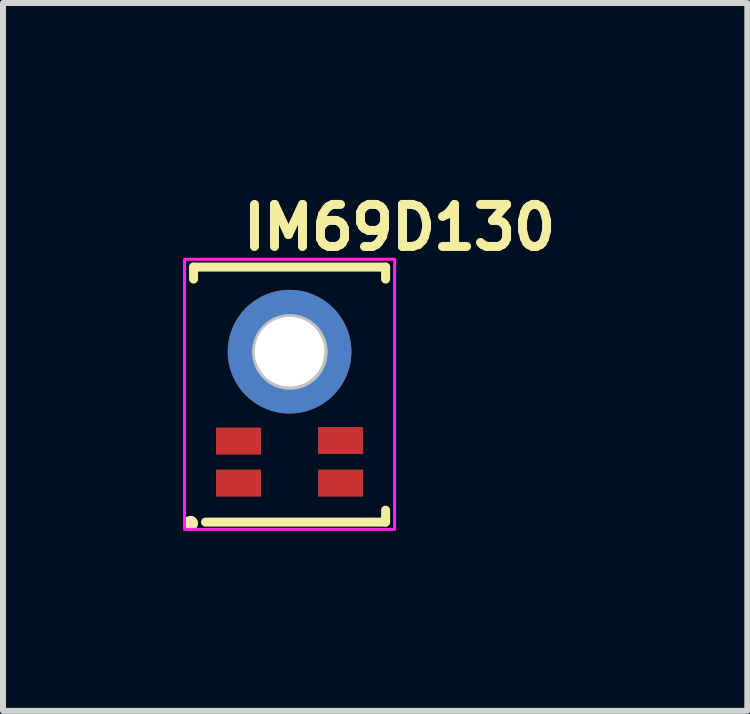
<source format=kicad_pcb>
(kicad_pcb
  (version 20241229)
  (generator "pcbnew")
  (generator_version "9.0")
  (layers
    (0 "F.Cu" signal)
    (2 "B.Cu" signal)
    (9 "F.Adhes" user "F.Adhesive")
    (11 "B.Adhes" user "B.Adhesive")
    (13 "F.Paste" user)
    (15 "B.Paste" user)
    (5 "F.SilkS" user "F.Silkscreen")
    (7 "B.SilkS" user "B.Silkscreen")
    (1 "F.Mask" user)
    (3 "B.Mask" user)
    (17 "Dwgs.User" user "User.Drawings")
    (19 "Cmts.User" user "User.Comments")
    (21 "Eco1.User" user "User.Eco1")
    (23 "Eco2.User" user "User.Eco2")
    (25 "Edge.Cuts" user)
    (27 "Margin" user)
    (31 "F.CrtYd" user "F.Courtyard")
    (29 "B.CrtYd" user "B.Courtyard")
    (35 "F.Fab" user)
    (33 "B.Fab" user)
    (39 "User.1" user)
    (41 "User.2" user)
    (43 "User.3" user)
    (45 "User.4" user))
  (footprint "IM69D130"
    (layer "F.Cu")
    (at 1.775 3.52)
    (property "Reference" "IM69D130" (at -0.85 -2.37 0) (layer "F.SilkS") (effects (font (size 0.7 0.7) (thickness 0.15)) (justify left bottom)))
    (attr smd)
    (fp_line (start -1.6 -2.12) (end 1.6 -2.12) (stroke (width 0.15) (type solid)) (layer "F.SilkS"))
    (fp_line (start -1.6 -1.92) (end -1.6 -2.12) (stroke (width 0.15) (type solid)) (layer "F.SilkS"))
    (fp_line (start 1.6 -2.12) (end 1.6 -1.92) (stroke (width 0.15) (type solid)) (layer "F.SilkS"))
    (fp_line (start 1.6 1.93) (end 1.6 2.13) (stroke (width 0.15) (type solid)) (layer "F.SilkS"))
    (fp_line (start 1.6 2.13) (end -1.4 2.13) (stroke (width 0.15) (type solid)) (layer "F.SilkS"))
    (fp_circle (center -1.65 2.15) (end -1.6 2.15) (stroke (width 0.15) (type solid)) (fill yes) (layer "F.SilkS"))
    (fp_circle (center 0.005 -0.706) (end 0.005 -1.286) (stroke (width 0.1) (type solid)) (fill no) (layer "Dwgs.User"))
    (fp_circle (center 0.005 -0.706) (end 0.005 -1.106) (stroke (width 0.1) (type solid)) (fill no) (layer "Dwgs.User"))
    (fp_rect (start -1.75 -2.25) (end 1.75 2.25) (stroke (width 0.05) (type solid)) (fill no) (layer "F.CrtYd"))
    (fp_rect (start -1.5 -2) (end 1.5 2) (stroke (width 0.1) (type solid)) (fill no) (layer "User.5"))
    (fp_line (start -1.5 -2) (end -1.5 2) (stroke (width 0.02) (type solid)) (layer "User.9"))
    (fp_line (start -1.5 2) (end 1.5 2) (stroke (width 0.02) (type solid)) (layer "User.9"))
    (fp_line (start -1.2 -1.462) (end -1.199 -1.475) (stroke (width 0.02) (type solid)) (layer "User.9"))
    (fp_line (start -1.2 -1.462) (end -1.199 -1.475) (stroke (width 0.02) (type solid)) (layer "User.9"))
    (fp_line (start -1.2 -1.45) (end -1.2 -1.462) (stroke (width 0.02) (type solid)) (layer "User.9"))
    (fp_line (start -1.2 -1.45) (end -1.2 -1.462) (stroke (width 0.02) (type solid)) (layer "User.9"))
    (fp_line (start -1.2 -1.45) (end -1.2 1.45) (stroke (width 0.02) (type solid)) (layer "User.9"))
    (fp_line (start -1.2 -1.45) (end -0.95 -1.45) (stroke (width 0.02) (type solid)) (layer "User.9"))
    (fp_line (start -1.2 1.462) (end -1.2 1.45) (stroke (width 0.02) (type solid)) (layer "User.9"))
    (fp_line (start -1.2 1.462) (end -1.2 1.45) (stroke (width 0.02) (type solid)) (layer "User.9"))
    (fp_line (start -1.199 -1.475) (end -1.197 -1.487) (stroke (width 0.02) (type solid)) (layer "User.9"))
    (fp_line (start -1.199 -1.475) (end -1.197 -1.487) (stroke (width 0.02) (type solid)) (layer "User.9"))
    (fp_line (start -1.199 1.475) (end -1.2 1.462) (stroke (width 0.02) (type solid)) (layer "User.9"))
    (fp_line (start -1.199 1.475) (end -1.2 1.462) (stroke (width 0.02) (type solid)) (layer "User.9"))
    (fp_line (start -1.197 -1.487) (end -1.195 -1.499) (stroke (width 0.02) (type solid)) (layer "User.9"))
    (fp_line (start -1.197 -1.487) (end -1.195 -1.499) (stroke (width 0.02) (type solid)) (layer "User.9"))
    (fp_line (start -1.197 1.487) (end -1.199 1.475) (stroke (width 0.02) (type solid)) (layer "User.9"))
    (fp_line (start -1.197 1.487) (end -1.199 1.475) (stroke (width 0.02) (type solid)) (layer "User.9"))
    (fp_line (start -1.195 -1.499) (end -1.192 -1.511) (stroke (width 0.02) (type solid)) (layer "User.9"))
    (fp_line (start -1.195 -1.499) (end -1.192 -1.511) (stroke (width 0.02) (type solid)) (layer "User.9"))
    (fp_line (start -1.195 1.499) (end -1.197 1.487) (stroke (width 0.02) (type solid)) (layer "User.9"))
    (fp_line (start -1.195 1.499) (end -1.197 1.487) (stroke (width 0.02) (type solid)) (layer "User.9"))
    (fp_line (start -1.192 -1.511) (end -1.189 -1.523) (stroke (width 0.02) (type solid)) (layer "User.9"))
    (fp_line (start -1.192 -1.511) (end -1.189 -1.523) (stroke (width 0.02) (type solid)) (layer "User.9"))
    (fp_line (start -1.192 1.511) (end -1.195 1.499) (stroke (width 0.02) (type solid)) (layer "User.9"))
    (fp_line (start -1.192 1.511) (end -1.195 1.499) (stroke (width 0.02) (type solid)) (layer "User.9"))
    (fp_line (start -1.189 -1.523) (end -1.185 -1.534) (stroke (width 0.02) (type solid)) (layer "User.9"))
    (fp_line (start -1.189 -1.523) (end -1.185 -1.534) (stroke (width 0.02) (type solid)) (layer "User.9"))
    (fp_line (start -1.189 1.523) (end -1.192 1.511) (stroke (width 0.02) (type solid)) (layer "User.9"))
    (fp_line (start -1.189 1.523) (end -1.192 1.511) (stroke (width 0.02) (type solid)) (layer "User.9"))
    (fp_line (start -1.185 -1.534) (end -1.181 -1.546) (stroke (width 0.02) (type solid)) (layer "User.9"))
    (fp_line (start -1.185 -1.534) (end -1.181 -1.546) (stroke (width 0.02) (type solid)) (layer "User.9"))
    (fp_line (start -1.185 1.534) (end -1.189 1.523) (stroke (width 0.02) (type solid)) (layer "User.9"))
    (fp_line (start -1.185 1.534) (end -1.189 1.523) (stroke (width 0.02) (type solid)) (layer "User.9"))
    (fp_line (start -1.181 -1.546) (end -1.176 -1.557) (stroke (width 0.02) (type solid)) (layer "User.9"))
    (fp_line (start -1.181 -1.546) (end -1.176 -1.557) (stroke (width 0.02) (type solid)) (layer "User.9"))
    (fp_line (start -1.181 1.546) (end -1.185 1.534) (stroke (width 0.02) (type solid)) (layer "User.9"))
    (fp_line (start -1.181 1.546) (end -1.185 1.534) (stroke (width 0.02) (type solid)) (layer "User.9"))
    (fp_line (start -1.176 -1.557) (end -1.171 -1.568) (stroke (width 0.02) (type solid)) (layer "User.9"))
    (fp_line (start -1.176 -1.557) (end -1.171 -1.568) (stroke (width 0.02) (type solid)) (layer "User.9"))
    (fp_line (start -1.176 1.557) (end -1.181 1.546) (stroke (width 0.02) (type solid)) (layer "User.9"))
    (fp_line (start -1.176 1.557) (end -1.181 1.546) (stroke (width 0.02) (type solid)) (layer "User.9"))
    (fp_line (start -1.171 -1.568) (end -1.165 -1.578) (stroke (width 0.02) (type solid)) (layer "User.9"))
    (fp_line (start -1.171 -1.568) (end -1.165 -1.578) (stroke (width 0.02) (type solid)) (layer "User.9"))
    (fp_line (start -1.171 1.568) (end -1.176 1.557) (stroke (width 0.02) (type solid)) (layer "User.9"))
    (fp_line (start -1.171 1.568) (end -1.176 1.557) (stroke (width 0.02) (type solid)) (layer "User.9"))
    (fp_line (start -1.165 -1.578) (end -1.158 -1.589) (stroke (width 0.02) (type solid)) (layer "User.9"))
    (fp_line (start -1.165 -1.578) (end -1.158 -1.589) (stroke (width 0.02) (type solid)) (layer "User.9"))
    (fp_line (start -1.165 1.578) (end -1.171 1.568) (stroke (width 0.02) (type solid)) (layer "User.9"))
    (fp_line (start -1.165 1.578) (end -1.171 1.568) (stroke (width 0.02) (type solid)) (layer "User.9"))
    (fp_line (start -1.158 -1.589) (end -1.151 -1.599) (stroke (width 0.02) (type solid)) (layer "User.9"))
    (fp_line (start -1.158 -1.589) (end -1.151 -1.599) (stroke (width 0.02) (type solid)) (layer "User.9"))
    (fp_line (start -1.158 1.589) (end -1.165 1.578) (stroke (width 0.02) (type solid)) (layer "User.9"))
    (fp_line (start -1.158 1.589) (end -1.165 1.578) (stroke (width 0.02) (type solid)) (layer "User.9"))
    (fp_line (start -1.151 -1.599) (end -1.143 -1.608) (stroke (width 0.02) (type solid)) (layer "User.9"))
    (fp_line (start -1.151 -1.599) (end -1.143 -1.608) (stroke (width 0.02) (type solid)) (layer "User.9"))
    (fp_line (start -1.151 1.599) (end -1.158 1.589) (stroke (width 0.02) (type solid)) (layer "User.9"))
    (fp_line (start -1.151 1.599) (end -1.158 1.589) (stroke (width 0.02) (type solid)) (layer "User.9"))
    (fp_line (start -1.143 -1.608) (end -1.135 -1.618) (stroke (width 0.02) (type solid)) (layer "User.9"))
    (fp_line (start -1.143 -1.608) (end -1.135 -1.618) (stroke (width 0.02) (type solid)) (layer "User.9"))
    (fp_line (start -1.143 1.608) (end -1.151 1.599) (stroke (width 0.02) (type solid)) (layer "User.9"))
    (fp_line (start -1.143 1.608) (end -1.151 1.599) (stroke (width 0.02) (type solid)) (layer "User.9"))
    (fp_line (start -1.135 -1.618) (end -1.127 -1.627) (stroke (width 0.02) (type solid)) (layer "User.9"))
    (fp_line (start -1.135 -1.618) (end -1.127 -1.627) (stroke (width 0.02) (type solid)) (layer "User.9"))
    (fp_line (start -1.135 1.618) (end -1.143 1.608) (stroke (width 0.02) (type solid)) (layer "User.9"))
    (fp_line (start -1.135 1.618) (end -1.143 1.608) (stroke (width 0.02) (type solid)) (layer "User.9"))
    (fp_line (start -1.127 -1.627) (end -1.118 -1.635) (stroke (width 0.02) (type solid)) (layer "User.9"))
    (fp_line (start -1.127 -1.627) (end -1.118 -1.635) (stroke (width 0.02) (type solid)) (layer "User.9"))
    (fp_line (start -1.127 1.627) (end -1.135 1.618) (stroke (width 0.02) (type solid)) (layer "User.9"))
    (fp_line (start -1.127 1.627) (end -1.135 1.618) (stroke (width 0.02) (type solid)) (layer "User.9"))
    (fp_line (start -1.118 -1.635) (end -1.108 -1.643) (stroke (width 0.02) (type solid)) (layer "User.9"))
    (fp_line (start -1.118 -1.635) (end -1.108 -1.643) (stroke (width 0.02) (type solid)) (layer "User.9"))
    (fp_line (start -1.118 1.635) (end -1.127 1.627) (stroke (width 0.02) (type solid)) (layer "User.9"))
    (fp_line (start -1.118 1.635) (end -1.127 1.627) (stroke (width 0.02) (type solid)) (layer "User.9"))
    (fp_line (start -1.108 -1.643) (end -1.099 -1.651) (stroke (width 0.02) (type solid)) (layer "User.9"))
    (fp_line (start -1.108 -1.643) (end -1.099 -1.651) (stroke (width 0.02) (type solid)) (layer "User.9"))
    (fp_line (start -1.108 1.643) (end -1.118 1.635) (stroke (width 0.02) (type solid)) (layer "User.9"))
    (fp_line (start -1.108 1.643) (end -1.118 1.635) (stroke (width 0.02) (type solid)) (layer "User.9"))
    (fp_line (start -1.099 -1.651) (end -1.089 -1.658) (stroke (width 0.02) (type solid)) (layer "User.9"))
    (fp_line (start -1.099 -1.651) (end -1.089 -1.658) (stroke (width 0.02) (type solid)) (layer "User.9"))
    (fp_line (start -1.099 1.651) (end -1.108 1.643) (stroke (width 0.02) (type solid)) (layer "User.9"))
    (fp_line (start -1.099 1.651) (end -1.108 1.643) (stroke (width 0.02) (type solid)) (layer "User.9"))
    (fp_line (start -1.089 -1.658) (end -1.078 -1.665) (stroke (width 0.02) (type solid)) (layer "User.9"))
    (fp_line (start -1.089 -1.658) (end -1.078 -1.665) (stroke (width 0.02) (type solid)) (layer "User.9"))
    (fp_line (start -1.089 1.658) (end -1.099 1.651) (stroke (width 0.02) (type solid)) (layer "User.9"))
    (fp_line (start -1.089 1.658) (end -1.099 1.651) (stroke (width 0.02) (type solid)) (layer "User.9"))
    (fp_line (start -1.078 -1.665) (end -1.068 -1.671) (stroke (width 0.02) (type solid)) (layer "User.9"))
    (fp_line (start -1.078 -1.665) (end -1.068 -1.671) (stroke (width 0.02) (type solid)) (layer "User.9"))
    (fp_line (start -1.078 1.665) (end -1.089 1.658) (stroke (width 0.02) (type solid)) (layer "User.9"))
    (fp_line (start -1.078 1.665) (end -1.089 1.658) (stroke (width 0.02) (type solid)) (layer "User.9"))
    (fp_line (start -1.068 -1.671) (end -1.057 -1.676) (stroke (width 0.02) (type solid)) (layer "User.9"))
    (fp_line (start -1.068 -1.671) (end -1.057 -1.676) (stroke (width 0.02) (type solid)) (layer "User.9"))
    (fp_line (start -1.068 1.671) (end -1.078 1.665) (stroke (width 0.02) (type solid)) (layer "User.9"))
    (fp_line (start -1.068 1.671) (end -1.078 1.665) (stroke (width 0.02) (type solid)) (layer "User.9"))
    (fp_line (start -1.057 -1.676) (end -1.046 -1.681) (stroke (width 0.02) (type solid)) (layer "User.9"))
    (fp_line (start -1.057 -1.676) (end -1.046 -1.681) (stroke (width 0.02) (type solid)) (layer "User.9"))
    (fp_line (start -1.057 1.676) (end -1.068 1.671) (stroke (width 0.02) (type solid)) (layer "User.9"))
    (fp_line (start -1.057 1.676) (end -1.068 1.671) (stroke (width 0.02) (type solid)) (layer "User.9"))
    (fp_line (start -1.046 -1.681) (end -1.034 -1.685) (stroke (width 0.02) (type solid)) (layer "User.9"))
    (fp_line (start -1.046 -1.681) (end -1.034 -1.685) (stroke (width 0.02) (type solid)) (layer "User.9"))
    (fp_line (start -1.046 1.681) (end -1.057 1.676) (stroke (width 0.02) (type solid)) (layer "User.9"))
    (fp_line (start -1.046 1.681) (end -1.057 1.676) (stroke (width 0.02) (type solid)) (layer "User.9"))
    (fp_line (start -1.034 -1.685) (end -1.023 -1.689) (stroke (width 0.02) (type solid)) (layer "User.9"))
    (fp_line (start -1.034 -1.685) (end -1.023 -1.689) (stroke (width 0.02) (type solid)) (layer "User.9"))
    (fp_line (start -1.034 1.685) (end -1.046 1.681) (stroke (width 0.02) (type solid)) (layer "User.9"))
    (fp_line (start -1.034 1.685) (end -1.046 1.681) (stroke (width 0.02) (type solid)) (layer "User.9"))
    (fp_line (start -1.023 -1.689) (end -1.011 -1.692) (stroke (width 0.02) (type solid)) (layer "User.9"))
    (fp_line (start -1.023 -1.689) (end -1.011 -1.692) (stroke (width 0.02) (type solid)) (layer "User.9"))
    (fp_line (start -1.023 1.689) (end -1.034 1.685) (stroke (width 0.02) (type solid)) (layer "User.9"))
    (fp_line (start -1.023 1.689) (end -1.034 1.685) (stroke (width 0.02) (type solid)) (layer "User.9"))
    (fp_line (start -1.011 -1.692) (end -0.999 -1.695) (stroke (width 0.02) (type solid)) (layer "User.9"))
    (fp_line (start -1.011 -1.692) (end -0.999 -1.695) (stroke (width 0.02) (type solid)) (layer "User.9"))
    (fp_line (start -1.011 1.692) (end -1.023 1.689) (stroke (width 0.02) (type solid)) (layer "User.9"))
    (fp_line (start -1.011 1.692) (end -1.023 1.689) (stroke (width 0.02) (type solid)) (layer "User.9"))
    (fp_line (start -0.999 -1.695) (end -0.987 -1.697) (stroke (width 0.02) (type solid)) (layer "User.9"))
    (fp_line (start -0.999 -1.695) (end -0.987 -1.697) (stroke (width 0.02) (type solid)) (layer "User.9"))
    (fp_line (start -0.999 1.695) (end -1.011 1.692) (stroke (width 0.02) (type solid)) (layer "User.9"))
    (fp_line (start -0.999 1.695) (end -1.011 1.692) (stroke (width 0.02) (type solid)) (layer "User.9"))
    (fp_line (start -0.987 -1.697) (end -0.975 -1.699) (stroke (width 0.02) (type solid)) (layer "User.9"))
    (fp_line (start -0.987 -1.697) (end -0.975 -1.699) (stroke (width 0.02) (type solid)) (layer "User.9"))
    (fp_line (start -0.987 1.697) (end -0.999 1.695) (stroke (width 0.02) (type solid)) (layer "User.9"))
    (fp_line (start -0.987 1.697) (end -0.999 1.695) (stroke (width 0.02) (type solid)) (layer "User.9"))
    (fp_line (start -0.975 -1.699) (end -0.962 -1.7) (stroke (width 0.02) (type solid)) (layer "User.9"))
    (fp_line (start -0.975 -1.699) (end -0.962 -1.7) (stroke (width 0.02) (type solid)) (layer "User.9"))
    (fp_line (start -0.975 1.699) (end -0.987 1.697) (stroke (width 0.02) (type solid)) (layer "User.9"))
    (fp_line (start -0.975 1.699) (end -0.987 1.697) (stroke (width 0.02) (type solid)) (layer "User.9"))
    (fp_line (start -0.962 -1.7) (end -0.95 -1.7) (stroke (width 0.02) (type solid)) (layer "User.9"))
    (fp_line (start -0.962 -1.7) (end -0.95 -1.7) (stroke (width 0.02) (type solid)) (layer "User.9"))
    (fp_line (start -0.962 1.7) (end -0.975 1.699) (stroke (width 0.02) (type solid)) (layer "User.9"))
    (fp_line (start -0.962 1.7) (end -0.975 1.699) (stroke (width 0.02) (type solid)) (layer "User.9"))
    (fp_line (start -0.95 -1.45) (end -0.95 -1.7) (stroke (width 0.02) (type solid)) (layer "User.9"))
    (fp_line (start -0.95 1.45) (end -1.2 1.45) (stroke (width 0.02) (type solid)) (layer "User.9"))
    (fp_line (start -0.95 1.7) (end -0.962 1.7) (stroke (width 0.02) (type solid)) (layer "User.9"))
    (fp_line (start -0.95 1.7) (end -0.962 1.7) (stroke (width 0.02) (type solid)) (layer "User.9"))
    (fp_line (start -0.95 1.7) (end -0.95 1.45) (stroke (width 0.02) (type solid)) (layer "User.9"))
    (fp_line (start -0.95 1.7) (end 0.95 1.7) (stroke (width 0.02) (type solid)) (layer "User.9"))
    (fp_line (start -0.625 0.994) (end -0.625 1) (stroke (width 0.02) (type solid)) (layer "User.9"))
    (fp_line (start -0.625 1) (end -0.625 1.006) (stroke (width 0.02) (type solid)) (layer "User.9"))
    (fp_line (start -0.625 1.006) (end -0.624 1.013) (stroke (width 0.02) (type solid)) (layer "User.9"))
    (fp_line (start -0.624 0.981) (end -0.624 0.987) (stroke (width 0.02) (type solid)) (layer "User.9"))
    (fp_line (start -0.624 0.987) (end -0.625 0.994) (stroke (width 0.02) (type solid)) (layer "User.9"))
    (fp_line (start -0.624 1.013) (end -0.624 1.019) (stroke (width 0.02) (type solid)) (layer "User.9"))
    (fp_line (start -0.624 1.019) (end -0.622 1.025) (stroke (width 0.02) (type solid)) (layer "User.9"))
    (fp_line (start -0.622 0.975) (end -0.624 0.981) (stroke (width 0.02) (type solid)) (layer "User.9"))
    (fp_line (start -0.622 1.025) (end -0.621 1.031) (stroke (width 0.02) (type solid)) (layer "User.9"))
    (fp_line (start -0.621 0.969) (end -0.622 0.975) (stroke (width 0.02) (type solid)) (layer "User.9"))
    (fp_line (start -0.621 1.031) (end -0.619 1.037) (stroke (width 0.02) (type solid)) (layer "User.9"))
    (fp_line (start -0.619 0.963) (end -0.621 0.969) (stroke (width 0.02) (type solid)) (layer "User.9"))
    (fp_line (start -0.619 1.037) (end -0.617 1.043) (stroke (width 0.02) (type solid)) (layer "User.9"))
    (fp_line (start -0.617 0.957) (end -0.619 0.963) (stroke (width 0.02) (type solid)) (layer "User.9"))
    (fp_line (start -0.617 1.043) (end -0.615 1.049) (stroke (width 0.02) (type solid)) (layer "User.9"))
    (fp_line (start -0.615 0.951) (end -0.617 0.957) (stroke (width 0.02) (type solid)) (layer "User.9"))
    (fp_line (start -0.615 1.049) (end -0.613 1.054) (stroke (width 0.02) (type solid)) (layer "User.9"))
    (fp_line (start -0.613 0.946) (end -0.615 0.951) (stroke (width 0.02) (type solid)) (layer "User.9"))
    (fp_line (start -0.613 1.054) (end -0.61 1.06) (stroke (width 0.02) (type solid)) (layer "User.9"))
    (fp_line (start -0.61 0.94) (end -0.613 0.946) (stroke (width 0.02) (type solid)) (layer "User.9"))
    (fp_line (start -0.61 1.06) (end -0.607 1.065) (stroke (width 0.02) (type solid)) (layer "User.9"))
    (fp_line (start -0.607 0.935) (end -0.61 0.94) (stroke (width 0.02) (type solid)) (layer "User.9"))
    (fp_line (start -0.607 1.065) (end -0.604 1.07) (stroke (width 0.02) (type solid)) (layer "User.9"))
    (fp_line (start -0.604 0.93) (end -0.607 0.935) (stroke (width 0.02) (type solid)) (layer "User.9"))
    (fp_line (start -0.604 1.07) (end -0.6 1.075) (stroke (width 0.02) (type solid)) (layer "User.9"))
    (fp_line (start -0.6 0.925) (end -0.604 0.93) (stroke (width 0.02) (type solid)) (layer "User.9"))
    (fp_line (start -0.6 1.075) (end -0.596 1.08) (stroke (width 0.02) (type solid)) (layer "User.9"))
    (fp_line (start -0.596 0.92) (end -0.6 0.925) (stroke (width 0.02) (type solid)) (layer "User.9"))
    (fp_line (start -0.596 1.08) (end -0.593 1.084) (stroke (width 0.02) (type solid)) (layer "User.9"))
    (fp_line (start -0.593 0.916) (end -0.596 0.92) (stroke (width 0.02) (type solid)) (layer "User.9"))
    (fp_line (start -0.593 1.084) (end -0.588 1.088) (stroke (width 0.02) (type solid)) (layer "User.9"))
    (fp_line (start -0.588 0.912) (end -0.593 0.916) (stroke (width 0.02) (type solid)) (layer "User.9"))
    (fp_line (start -0.588 1.088) (end -0.584 1.093) (stroke (width 0.02) (type solid)) (layer "User.9"))
    (fp_line (start -0.584 0.907) (end -0.588 0.912) (stroke (width 0.02) (type solid)) (layer "User.9"))
    (fp_line (start -0.584 1.093) (end -0.58 1.096) (stroke (width 0.02) (type solid)) (layer "User.9"))
    (fp_line (start -0.58 0.904) (end -0.584 0.907) (stroke (width 0.02) (type solid)) (layer "User.9"))
    (fp_line (start -0.58 1.096) (end -0.575 1.1) (stroke (width 0.02) (type solid)) (layer "User.9"))
    (fp_line (start -0.575 0.9) (end -0.58 0.904) (stroke (width 0.02) (type solid)) (layer "User.9"))
    (fp_line (start -0.575 1.1) (end -0.57 1.104) (stroke (width 0.02) (type solid)) (layer "User.9"))
    (fp_line (start -0.57 0.896) (end -0.575 0.9) (stroke (width 0.02) (type solid)) (layer "User.9"))
    (fp_line (start -0.57 1.104) (end -0.565 1.107) (stroke (width 0.02) (type solid)) (layer "User.9"))
    (fp_line (start -0.565 0.893) (end -0.57 0.896) (stroke (width 0.02) (type solid)) (layer "User.9"))
    (fp_line (start -0.565 1.107) (end -0.56 1.11) (stroke (width 0.02) (type solid)) (layer "User.9"))
    (fp_line (start -0.56 0.89) (end -0.565 0.893) (stroke (width 0.02) (type solid)) (layer "User.9"))
    (fp_line (start -0.56 1.11) (end -0.554 1.113) (stroke (width 0.02) (type solid)) (layer "User.9"))
    (fp_line (start -0.554 0.887) (end -0.56 0.89) (stroke (width 0.02) (type solid)) (layer "User.9"))
    (fp_line (start -0.554 1.113) (end -0.549 1.115) (stroke (width 0.02) (type solid)) (layer "User.9"))
    (fp_line (start -0.549 0.885) (end -0.554 0.887) (stroke (width 0.02) (type solid)) (layer "User.9"))
    (fp_line (start -0.549 1.115) (end -0.543 1.117) (stroke (width 0.02) (type solid)) (layer "User.9"))
    (fp_line (start -0.543 0.883) (end -0.549 0.885) (stroke (width 0.02) (type solid)) (layer "User.9"))
    (fp_line (start -0.543 1.117) (end -0.537 1.119) (stroke (width 0.02) (type solid)) (layer "User.9"))
    (fp_line (start -0.537 0.881) (end -0.543 0.883) (stroke (width 0.02) (type solid)) (layer "User.9"))
    (fp_line (start -0.537 1.119) (end -0.531 1.121) (stroke (width 0.02) (type solid)) (layer "User.9"))
    (fp_line (start -0.531 0.879) (end -0.537 0.881) (stroke (width 0.02) (type solid)) (layer "User.9"))
    (fp_line (start -0.531 1.121) (end -0.525 1.122) (stroke (width 0.02) (type solid)) (layer "User.9"))
    (fp_line (start -0.525 0.878) (end -0.531 0.879) (stroke (width 0.02) (type solid)) (layer "User.9"))
    (fp_line (start -0.525 1.122) (end -0.519 1.124) (stroke (width 0.02) (type solid)) (layer "User.9"))
    (fp_line (start -0.519 0.876) (end -0.525 0.878) (stroke (width 0.02) (type solid)) (layer "User.9"))
    (fp_line (start -0.519 1.124) (end -0.513 1.124) (stroke (width 0.02) (type solid)) (layer "User.9"))
    (fp_line (start -0.513 0.876) (end -0.519 0.876) (stroke (width 0.02) (type solid)) (layer "User.9"))
    (fp_line (start -0.513 1.124) (end -0.506 1.125) (stroke (width 0.02) (type solid)) (layer "User.9"))
    (fp_line (start -0.506 0.875) (end -0.513 0.876) (stroke (width 0.02) (type solid)) (layer "User.9"))
    (fp_line (start -0.506 1.125) (end -0.5 1.125) (stroke (width 0.02) (type solid)) (layer "User.9"))
    (fp_line (start -0.5 0.875) (end -0.506 0.875) (stroke (width 0.02) (type solid)) (layer "User.9"))
    (fp_line (start -0.5 1.125) (end -0.494 1.125) (stroke (width 0.02) (type solid)) (layer "User.9"))
    (fp_line (start -0.494 0.875) (end -0.5 0.875) (stroke (width 0.02) (type solid)) (layer "User.9"))
    (fp_line (start -0.494 1.125) (end -0.487 1.124) (stroke (width 0.02) (type solid)) (layer "User.9"))
    (fp_line (start -0.487 0.876) (end -0.494 0.875) (stroke (width 0.02) (type solid)) (layer "User.9"))
    (fp_line (start -0.487 1.124) (end -0.481 1.124) (stroke (width 0.02) (type solid)) (layer "User.9"))
    (fp_line (start -0.481 0.876) (end -0.487 0.876) (stroke (width 0.02) (type solid)) (layer "User.9"))
    (fp_line (start -0.481 1.124) (end -0.475 1.122) (stroke (width 0.02) (type solid)) (layer "User.9"))
    (fp_line (start -0.475 0.878) (end -0.481 0.876) (stroke (width 0.02) (type solid)) (layer "User.9"))
    (fp_line (start -0.475 1.122) (end -0.469 1.121) (stroke (width 0.02) (type solid)) (layer "User.9"))
    (fp_line (start -0.469 0.879) (end -0.475 0.878) (stroke (width 0.02) (type solid)) (layer "User.9"))
    (fp_line (start -0.469 1.121) (end -0.463 1.119) (stroke (width 0.02) (type solid)) (layer "User.9"))
    (fp_line (start -0.463 0.881) (end -0.469 0.879) (stroke (width 0.02) (type solid)) (layer "User.9"))
    (fp_line (start -0.463 1.119) (end -0.457 1.117) (stroke (width 0.02) (type solid)) (layer "User.9"))
    (fp_line (start -0.457 0.883) (end -0.463 0.881) (stroke (width 0.02) (type solid)) (layer "User.9"))
    (fp_line (start -0.457 1.117) (end -0.451 1.115) (stroke (width 0.02) (type solid)) (layer "User.9"))
    (fp_line (start -0.451 0.885) (end -0.457 0.883) (stroke (width 0.02) (type solid)) (layer "User.9"))
    (fp_line (start -0.451 1.115) (end -0.446 1.113) (stroke (width 0.02) (type solid)) (layer "User.9"))
    (fp_line (start -0.446 0.887) (end -0.451 0.885) (stroke (width 0.02) (type solid)) (layer "User.9"))
    (fp_line (start -0.446 1.113) (end -0.44 1.11) (stroke (width 0.02) (type solid)) (layer "User.9"))
    (fp_line (start -0.44 0.89) (end -0.446 0.887) (stroke (width 0.02) (type solid)) (layer "User.9"))
    (fp_line (start -0.44 1.11) (end -0.435 1.107) (stroke (width 0.02) (type solid)) (layer "User.9"))
    (fp_line (start -0.435 0.893) (end -0.44 0.89) (stroke (width 0.02) (type solid)) (layer "User.9"))
    (fp_line (start -0.435 1.107) (end -0.43 1.104) (stroke (width 0.02) (type solid)) (layer "User.9"))
    (fp_line (start -0.43 0.896) (end -0.435 0.893) (stroke (width 0.02) (type solid)) (layer "User.9"))
    (fp_line (start -0.43 1.104) (end -0.425 1.1) (stroke (width 0.02) (type solid)) (layer "User.9"))
    (fp_line (start -0.425 0.9) (end -0.43 0.896) (stroke (width 0.02) (type solid)) (layer "User.9"))
    (fp_line (start -0.425 1.1) (end -0.42 1.096) (stroke (width 0.02) (type solid)) (layer "User.9"))
    (fp_line (start -0.42 0.904) (end -0.425 0.9) (stroke (width 0.02) (type solid)) (layer "User.9"))
    (fp_line (start -0.42 1.096) (end -0.416 1.093) (stroke (width 0.02) (type solid)) (layer "User.9"))
    (fp_line (start -0.416 0.907) (end -0.42 0.904) (stroke (width 0.02) (type solid)) (layer "User.9"))
    (fp_line (start -0.416 1.093) (end -0.412 1.088) (stroke (width 0.02) (type solid)) (layer "User.9"))
    (fp_line (start -0.412 0.912) (end -0.416 0.907) (stroke (width 0.02) (type solid)) (layer "User.9"))
    (fp_line (start -0.412 1.088) (end -0.407 1.084) (stroke (width 0.02) (type solid)) (layer "User.9"))
    (fp_line (start -0.407 0.916) (end -0.412 0.912) (stroke (width 0.02) (type solid)) (layer "User.9"))
    (fp_line (start -0.407 1.084) (end -0.404 1.08) (stroke (width 0.02) (type solid)) (layer "User.9"))
    (fp_line (start -0.404 0.92) (end -0.407 0.916) (stroke (width 0.02) (type solid)) (layer "User.9"))
    (fp_line (start -0.404 1.08) (end -0.4 1.075) (stroke (width 0.02) (type solid)) (layer "User.9"))
    (fp_line (start -0.4 0.925) (end -0.404 0.92) (stroke (width 0.02) (type solid)) (layer "User.9"))
    (fp_line (start -0.4 1.075) (end -0.396 1.07) (stroke (width 0.02) (type solid)) (layer "User.9"))
    (fp_line (start -0.396 0.93) (end -0.4 0.925) (stroke (width 0.02) (type solid)) (layer "User.9"))
    (fp_line (start -0.396 1.07) (end -0.393 1.065) (stroke (width 0.02) (type solid)) (layer "User.9"))
    (fp_line (start -0.393 0.935) (end -0.396 0.93) (stroke (width 0.02) (type solid)) (layer "User.9"))
    (fp_line (start -0.393 1.065) (end -0.39 1.06) (stroke (width 0.02) (type solid)) (layer "User.9"))
    (fp_line (start -0.39 0.94) (end -0.393 0.935) (stroke (width 0.02) (type solid)) (layer "User.9"))
    (fp_line (start -0.39 1.06) (end -0.387 1.054) (stroke (width 0.02) (type solid)) (layer "User.9"))
    (fp_line (start -0.387 0.946) (end -0.39 0.94) (stroke (width 0.02) (type solid)) (layer "User.9"))
    (fp_line (start -0.387 1.054) (end -0.385 1.049) (stroke (width 0.02) (type solid)) (layer "User.9"))
    (fp_line (start -0.385 0.951) (end -0.387 0.946) (stroke (width 0.02) (type solid)) (layer "User.9"))
    (fp_line (start -0.385 1.049) (end -0.383 1.043) (stroke (width 0.02) (type solid)) (layer "User.9"))
    (fp_line (start -0.383 0.957) (end -0.385 0.951) (stroke (width 0.02) (type solid)) (layer "User.9"))
    (fp_line (start -0.383 1.043) (end -0.381 1.037) (stroke (width 0.02) (type solid)) (layer "User.9"))
    (fp_line (start -0.381 0.963) (end -0.383 0.957) (stroke (width 0.02) (type solid)) (layer "User.9"))
    (fp_line (start -0.381 1.037) (end -0.379 1.031) (stroke (width 0.02) (type solid)) (layer "User.9"))
    (fp_line (start -0.379 0.969) (end -0.381 0.963) (stroke (width 0.02) (type solid)) (layer "User.9"))
    (fp_line (start -0.379 1.031) (end -0.378 1.025) (stroke (width 0.02) (type solid)) (layer "User.9"))
    (fp_line (start -0.378 0.975) (end -0.379 0.969) (stroke (width 0.02) (type solid)) (layer "User.9"))
    (fp_line (start -0.378 1.025) (end -0.376 1.019) (stroke (width 0.02) (type solid)) (layer "User.9"))
    (fp_line (start -0.376 0.981) (end -0.378 0.975) (stroke (width 0.02) (type solid)) (layer "User.9"))
    (fp_line (start -0.376 0.987) (end -0.376 0.981) (stroke (width 0.02) (type solid)) (layer "User.9"))
    (fp_line (start -0.376 1.013) (end -0.375 1.006) (stroke (width 0.02) (type solid)) (layer "User.9"))
    (fp_line (start -0.376 1.019) (end -0.376 1.013) (stroke (width 0.02) (type solid)) (layer "User.9"))
    (fp_line (start -0.375 0.994) (end -0.376 0.987) (stroke (width 0.02) (type solid)) (layer "User.9"))
    (fp_line (start -0.375 1) (end -0.375 0.994) (stroke (width 0.02) (type solid)) (layer "User.9"))
    (fp_line (start -0.375 1.006) (end -0.375 1) (stroke (width 0.02) (type solid)) (layer "User.9"))
    (fp_line (start 0.95 -1.7) (end -0.95 -1.7) (stroke (width 0.02) (type solid)) (layer "User.9"))
    (fp_line (start 0.95 -1.7) (end 0.95 -1.45) (stroke (width 0.02) (type solid)) (layer "User.9"))
    (fp_line (start 0.95 -1.7) (end 0.962 -1.7) (stroke (width 0.02) (type solid)) (layer "User.9"))
    (fp_line (start 0.95 -1.45) (end 1.2 -1.45) (stroke (width 0.02) (type solid)) (layer "User.9"))
    (fp_line (start 0.95 1.45) (end 0.95 1.7) (stroke (width 0.02) (type solid)) (layer "User.9"))
    (fp_line (start 0.95 1.7) (end -0.95 1.7) (stroke (width 0.02) (type solid)) (layer "User.9"))
    (fp_line (start 0.962 -1.7) (end 0.975 -1.699) (stroke (width 0.02) (type solid)) (layer "User.9"))
    (fp_line (start 0.962 1.7) (end 0.95 1.7) (stroke (width 0.02) (type solid)) (layer "User.9"))
    (fp_line (start 0.975 -1.699) (end 0.987 -1.697) (stroke (width 0.02) (type solid)) (layer "User.9"))
    (fp_line (start 0.975 1.699) (end 0.962 1.7) (stroke (width 0.02) (type solid)) (layer "User.9"))
    (fp_line (start 0.987 -1.697) (end 0.999 -1.695) (stroke (width 0.02) (type solid)) (layer "User.9"))
    (fp_line (start 0.987 1.697) (end 0.975 1.699) (stroke (width 0.02) (type solid)) (layer "User.9"))
    (fp_line (start 0.999 -1.695) (end 1.011 -1.692) (stroke (width 0.02) (type solid)) (layer "User.9"))
    (fp_line (start 0.999 1.695) (end 0.987 1.697) (stroke (width 0.02) (type solid)) (layer "User.9"))
    (fp_line (start 1.011 -1.692) (end 1.023 -1.689) (stroke (width 0.02) (type solid)) (layer "User.9"))
    (fp_line (start 1.011 1.692) (end 0.999 1.695) (stroke (width 0.02) (type solid)) (layer "User.9"))
    (fp_line (start 1.023 -1.689) (end 1.034 -1.685) (stroke (width 0.02) (type solid)) (layer "User.9"))
    (fp_line (start 1.023 1.689) (end 1.011 1.692) (stroke (width 0.02) (type solid)) (layer "User.9"))
    (fp_line (start 1.034 -1.685) (end 1.046 -1.681) (stroke (width 0.02) (type solid)) (layer "User.9"))
    (fp_line (start 1.034 1.685) (end 1.023 1.689) (stroke (width 0.02) (type solid)) (layer "User.9"))
    (fp_line (start 1.046 -1.681) (end 1.057 -1.676) (stroke (width 0.02) (type solid)) (layer "User.9"))
    (fp_line (start 1.046 1.681) (end 1.034 1.685) (stroke (width 0.02) (type solid)) (layer "User.9"))
    (fp_line (start 1.057 -1.676) (end 1.068 -1.671) (stroke (width 0.02) (type solid)) (layer "User.9"))
    (fp_line (start 1.057 1.676) (end 1.046 1.681) (stroke (width 0.02) (type solid)) (layer "User.9"))
    (fp_line (start 1.068 -1.671) (end 1.078 -1.665) (stroke (width 0.02) (type solid)) (layer "User.9"))
    (fp_line (start 1.068 1.671) (end 1.057 1.676) (stroke (width 0.02) (type solid)) (layer "User.9"))
    (fp_line (start 1.078 -1.665) (end 1.089 -1.658) (stroke (width 0.02) (type solid)) (layer "User.9"))
    (fp_line (start 1.078 1.665) (end 1.068 1.671) (stroke (width 0.02) (type solid)) (layer "User.9"))
    (fp_line (start 1.089 -1.658) (end 1.099 -1.651) (stroke (width 0.02) (type solid)) (layer "User.9"))
    (fp_line (start 1.089 1.658) (end 1.078 1.665) (stroke (width 0.02) (type solid)) (layer "User.9"))
    (fp_line (start 1.099 -1.651) (end 1.108 -1.643) (stroke (width 0.02) (type solid)) (layer "User.9"))
    (fp_line (start 1.099 1.651) (end 1.089 1.658) (stroke (width 0.02) (type solid)) (layer "User.9"))
    (fp_line (start 1.108 -1.643) (end 1.118 -1.635) (stroke (width 0.02) (type solid)) (layer "User.9"))
    (fp_line (start 1.108 1.643) (end 1.099 1.651) (stroke (width 0.02) (type solid)) (layer "User.9"))
    (fp_line (start 1.118 -1.635) (end 1.127 -1.627) (stroke (width 0.02) (type solid)) (layer "User.9"))
    (fp_line (start 1.118 1.635) (end 1.108 1.643) (stroke (width 0.02) (type solid)) (layer "User.9"))
    (fp_line (start 1.127 -1.627) (end 1.135 -1.618) (stroke (width 0.02) (type solid)) (layer "User.9"))
    (fp_line (start 1.127 1.627) (end 1.118 1.635) (stroke (width 0.02) (type solid)) (layer "User.9"))
    (fp_line (start 1.135 -1.618) (end 1.143 -1.608) (stroke (width 0.02) (type solid)) (layer "User.9"))
    (fp_line (start 1.135 1.618) (end 1.127 1.627) (stroke (width 0.02) (type solid)) (layer "User.9"))
    (fp_line (start 1.143 -1.608) (end 1.151 -1.599) (stroke (width 0.02) (type solid)) (layer "User.9"))
    (fp_line (start 1.143 1.608) (end 1.135 1.618) (stroke (width 0.02) (type solid)) (layer "User.9"))
    (fp_line (start 1.151 -1.599) (end 1.158 -1.589) (stroke (width 0.02) (type solid)) (layer "User.9"))
    (fp_line (start 1.151 1.599) (end 1.143 1.608) (stroke (width 0.02) (type solid)) (layer "User.9"))
    (fp_line (start 1.158 -1.589) (end 1.165 -1.578) (stroke (width 0.02) (type solid)) (layer "User.9"))
    (fp_line (start 1.158 1.589) (end 1.151 1.599) (stroke (width 0.02) (type solid)) (layer "User.9"))
    (fp_line (start 1.165 -1.578) (end 1.171 -1.568) (stroke (width 0.02) (type solid)) (layer "User.9"))
    (fp_line (start 1.165 1.578) (end 1.158 1.589) (stroke (width 0.02) (type solid)) (layer "User.9"))
    (fp_line (start 1.171 -1.568) (end 1.176 -1.557) (stroke (width 0.02) (type solid)) (layer "User.9"))
    (fp_line (start 1.171 1.568) (end 1.165 1.578) (stroke (width 0.02) (type solid)) (layer "User.9"))
    (fp_line (start 1.176 -1.557) (end 1.181 -1.546) (stroke (width 0.02) (type solid)) (layer "User.9"))
    (fp_line (start 1.176 1.557) (end 1.171 1.568) (stroke (width 0.02) (type solid)) (layer "User.9"))
    (fp_line (start 1.181 -1.546) (end 1.185 -1.534) (stroke (width 0.02) (type solid)) (layer "User.9"))
    (fp_line (start 1.181 1.546) (end 1.176 1.557) (stroke (width 0.02) (type solid)) (layer "User.9"))
    (fp_line (start 1.185 -1.534) (end 1.189 -1.523) (stroke (width 0.02) (type solid)) (layer "User.9"))
    (fp_line (start 1.185 1.534) (end 1.181 1.546) (stroke (width 0.02) (type solid)) (layer "User.9"))
    (fp_line (start 1.189 -1.523) (end 1.192 -1.511) (stroke (width 0.02) (type solid)) (layer "User.9"))
    (fp_line (start 1.189 1.523) (end 1.185 1.534) (stroke (width 0.02) (type solid)) (layer "User.9"))
    (fp_line (start 1.192 -1.511) (end 1.195 -1.499) (stroke (width 0.02) (type solid)) (layer "User.9"))
    (fp_line (start 1.192 1.511) (end 1.189 1.523) (stroke (width 0.02) (type solid)) (layer "User.9"))
    (fp_line (start 1.195 -1.499) (end 1.197 -1.487) (stroke (width 0.02) (type solid)) (layer "User.9"))
    (fp_line (start 1.195 1.499) (end 1.192 1.511) (stroke (width 0.02) (type solid)) (layer "User.9"))
    (fp_line (start 1.197 -1.487) (end 1.199 -1.475) (stroke (width 0.02) (type solid)) (layer "User.9"))
    (fp_line (start 1.197 1.487) (end 1.195 1.499) (stroke (width 0.02) (type solid)) (layer "User.9"))
    (fp_line (start 1.199 -1.475) (end 1.2 -1.462) (stroke (width 0.02) (type solid)) (layer "User.9"))
    (fp_line (start 1.199 1.475) (end 1.197 1.487) (stroke (width 0.02) (type solid)) (layer "User.9"))
    (fp_line (start 1.2 -1.462) (end 1.2 -1.45) (stroke (width 0.02) (type solid)) (layer "User.9"))
    (fp_line (start 1.2 1.45) (end 0.95 1.45) (stroke (width 0.02) (type solid)) (layer "User.9"))
    (fp_line (start 1.2 1.45) (end 1.2 -1.45) (stroke (width 0.02) (type solid)) (layer "User.9"))
    (fp_line (start 1.2 1.45) (end 1.2 1.462) (stroke (width 0.02) (type solid)) (layer "User.9"))
    (fp_line (start 1.2 1.462) (end 1.199 1.475) (stroke (width 0.02) (type solid)) (layer "User.9"))
    (fp_line (start 1.5 -2) (end -1.5 -2) (stroke (width 0.02) (type solid)) (layer "User.9"))
    (fp_line (start 1.5 2) (end 1.5 -2) (stroke (width 0.02) (type solid)) (layer "User.9"))
    (pad "1" smd rect (at -0.85 1.48 90) (size 0.45 0.75) (layers "F.Cu" "F.Mask" "F.Paste"))
    (pad "2" smd rect (at -0.85 0.78 90) (size 0.45 0.75) (layers "F.Cu" "F.Mask" "F.Paste"))
    (pad "3" smd rect (at 0.85 1.48 90) (size 0.45 0.75) (layers "F.Cu" "F.Mask" "F.Paste"))
    (pad "4" smd rect (at 0.85 0.77 90) (size 0.45 0.75) (layers "F.Cu" "F.Mask" "F.Paste"))
    (pad "5" thru_hole circle (at 0 -0.71 90) (size 2.06 2.06) (drill 1.16) (layers "*.Mask" "F.Cu")))
  (gr_rect
    (start -3 -3)
    (end 9.402 8.795)
    (stroke (width 0.1) (type default))
    (fill no)
    (layer "Edge.Cuts")))
</source>
